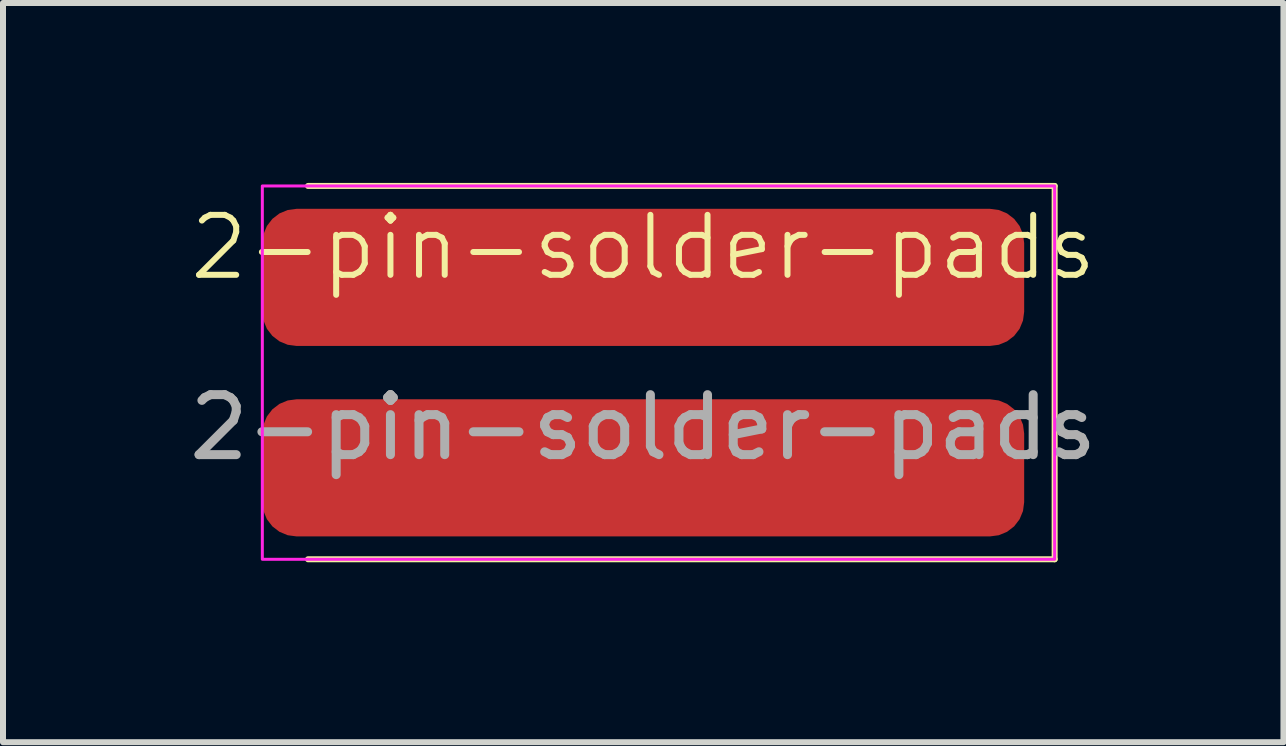
<source format=kicad_pcb>
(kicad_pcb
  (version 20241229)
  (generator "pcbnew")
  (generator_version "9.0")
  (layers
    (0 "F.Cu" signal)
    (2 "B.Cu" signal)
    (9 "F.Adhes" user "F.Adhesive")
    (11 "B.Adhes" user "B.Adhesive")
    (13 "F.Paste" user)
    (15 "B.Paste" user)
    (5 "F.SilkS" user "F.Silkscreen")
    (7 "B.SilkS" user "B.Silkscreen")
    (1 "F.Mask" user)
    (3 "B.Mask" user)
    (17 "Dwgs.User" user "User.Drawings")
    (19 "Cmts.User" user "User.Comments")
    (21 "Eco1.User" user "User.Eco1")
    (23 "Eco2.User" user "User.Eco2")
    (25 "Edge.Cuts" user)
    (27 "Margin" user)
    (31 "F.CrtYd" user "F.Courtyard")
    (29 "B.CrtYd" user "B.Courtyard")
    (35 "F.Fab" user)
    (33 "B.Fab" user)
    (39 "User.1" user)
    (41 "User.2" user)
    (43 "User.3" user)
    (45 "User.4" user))
  (footprint "2-pin-solder-pads"
    (layer "F.Cu")
    (at 7.673 1.574)
    (property "Reference" "2-pin-solder-pads" (at 0 -0.5 0) (unlocked yes) (layer "F.SilkS") (effects (font (size 1 1) (thickness 0.1))))
    (attr smd)
    (fp_line (start -5.588 -1.524) (end 6.858 -1.524) (stroke (width 0.1) (type default)) (layer "F.SilkS"))
    (fp_line (start 6.858 -1.524) (end 6.858 4.699) (stroke (width 0.1) (type default)) (layer "F.SilkS"))
    (fp_line (start 6.858 4.699) (end -5.588 4.699) (stroke (width 0.1) (type default)) (layer "F.SilkS"))
    (fp_rect (start -6.35 -1.524) (end 6.858 4.699) (stroke (width 0.05) (type default)) (fill no) (layer "F.CrtYd"))
    (fp_text user "${REFERENCE}" (at 0 2.5 0) (unlocked yes) (layer "F.Fab") (effects (font (size 1 1) (thickness 0.15))))
    (pad "1" smd roundrect (at 0 0) (size 12.7 2.286) (layers "F.Cu" "F.Mask" "F.Paste") (roundrect_rratio 0.25))
    (pad "2" smd roundrect (at 0 3.175) (size 12.7 2.286) (layers "F.Cu" "F.Mask" "F.Paste") (roundrect_rratio 0.25)))
  (gr_rect
    (start -3 -3)
    (end 18.345 9.323)
    (stroke (width 0.1) (type default))
    (fill no)
    (layer "Edge.Cuts")))
</source>
